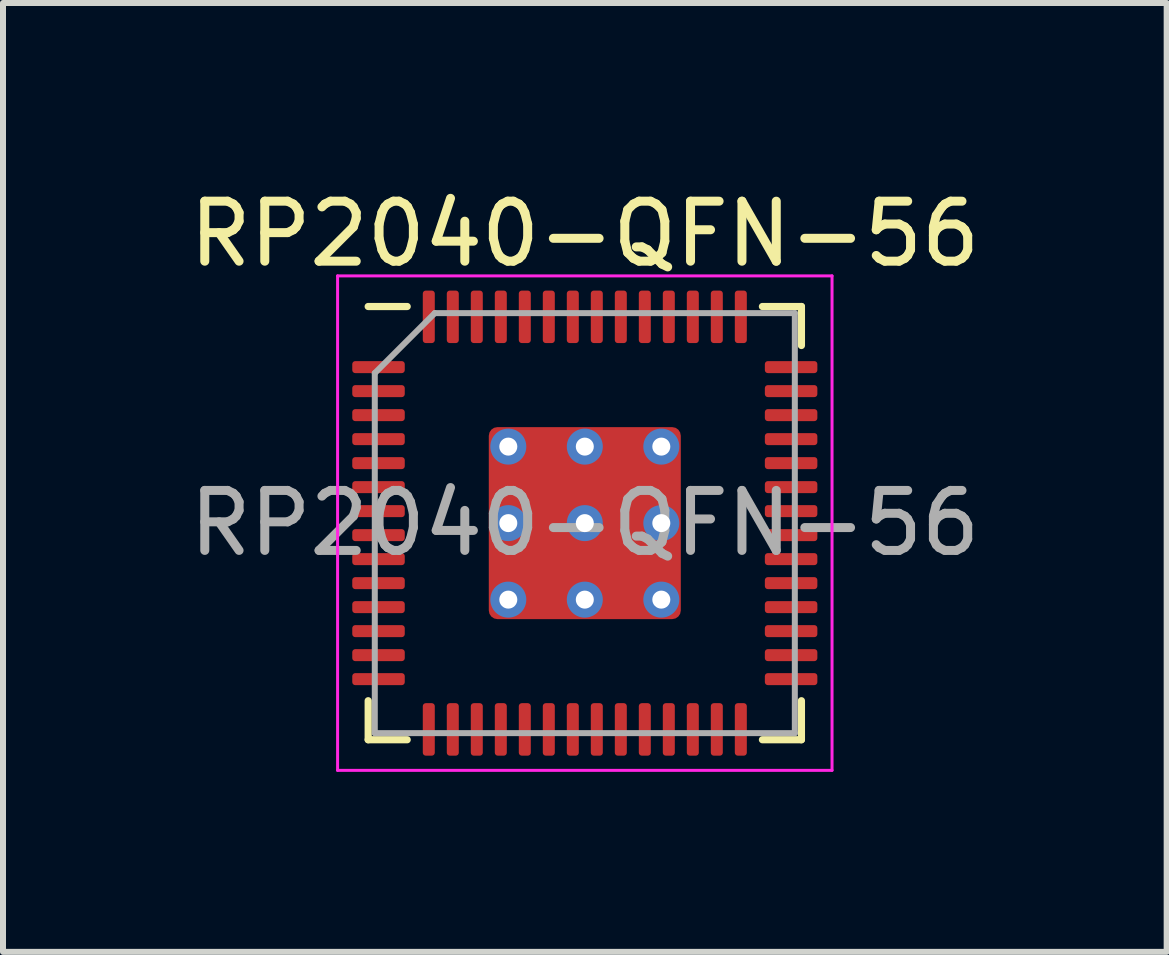
<source format=kicad_pcb>
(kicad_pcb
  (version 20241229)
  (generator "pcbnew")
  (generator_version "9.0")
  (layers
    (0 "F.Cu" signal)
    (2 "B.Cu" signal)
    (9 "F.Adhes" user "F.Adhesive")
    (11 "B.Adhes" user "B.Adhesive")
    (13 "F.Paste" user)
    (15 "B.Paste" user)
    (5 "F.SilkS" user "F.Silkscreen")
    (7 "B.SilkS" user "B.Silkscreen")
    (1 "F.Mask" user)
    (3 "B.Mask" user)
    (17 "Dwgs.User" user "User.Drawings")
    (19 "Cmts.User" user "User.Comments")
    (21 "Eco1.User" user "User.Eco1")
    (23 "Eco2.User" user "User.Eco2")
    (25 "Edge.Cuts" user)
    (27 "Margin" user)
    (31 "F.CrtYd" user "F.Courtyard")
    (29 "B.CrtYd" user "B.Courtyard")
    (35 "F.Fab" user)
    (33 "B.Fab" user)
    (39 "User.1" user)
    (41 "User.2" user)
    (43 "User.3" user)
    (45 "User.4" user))
  (footprint "RP2040-QFN-56"
    (layer "F.Cu")
    (at 6.696 5.668)
    (property "Reference" "RP2040-QFN-56" (at 0 -4.82 0) (layer "F.SilkS") (effects (font (size 1 1) (thickness 0.15))))
    (attr smd)
    (fp_line (start -3.61 3.61) (end -3.61 2.96) (stroke (width 0.12) (type solid)) (layer "F.SilkS"))
    (fp_line (start -2.96 -3.61) (end -3.61 -3.61) (stroke (width 0.12) (type solid)) (layer "F.SilkS"))
    (fp_line (start -2.96 3.61) (end -3.61 3.61) (stroke (width 0.12) (type solid)) (layer "F.SilkS"))
    (fp_line (start 2.96 -3.61) (end 3.61 -3.61) (stroke (width 0.12) (type solid)) (layer "F.SilkS"))
    (fp_line (start 2.96 3.61) (end 3.61 3.61) (stroke (width 0.12) (type solid)) (layer "F.SilkS"))
    (fp_line (start 3.61 -3.61) (end 3.61 -2.96) (stroke (width 0.12) (type solid)) (layer "F.SilkS"))
    (fp_line (start 3.61 3.61) (end 3.61 2.96) (stroke (width 0.12) (type solid)) (layer "F.SilkS"))
    (fp_line (start -4.12 -4.12) (end -4.12 4.12) (stroke (width 0.05) (type solid)) (layer "F.CrtYd"))
    (fp_line (start -4.12 4.12) (end 4.12 4.12) (stroke (width 0.05) (type solid)) (layer "F.CrtYd"))
    (fp_line (start 4.12 -4.12) (end -4.12 -4.12) (stroke (width 0.05) (type solid)) (layer "F.CrtYd"))
    (fp_line (start 4.12 4.12) (end 4.12 -4.12) (stroke (width 0.05) (type solid)) (layer "F.CrtYd"))
    (fp_line (start -3.5 -2.5) (end -2.5 -3.5) (stroke (width 0.1) (type solid)) (layer "F.Fab"))
    (fp_line (start -3.5 3.5) (end -3.5 -2.5) (stroke (width 0.1) (type solid)) (layer "F.Fab"))
    (fp_line (start -2.5 -3.5) (end 3.5 -3.5) (stroke (width 0.1) (type solid)) (layer "F.Fab"))
    (fp_line (start 3.5 -3.5) (end 3.5 3.5) (stroke (width 0.1) (type solid)) (layer "F.Fab"))
    (fp_line (start 3.5 3.5) (end -3.5 3.5) (stroke (width 0.1) (type solid)) (layer "F.Fab"))
    (fp_text user "${REFERENCE}" (at 0 0 0) (layer "F.Fab") (effects (font (size 1 1) (thickness 0.15))))
    (pad "" smd roundrect (at -0.637 -0.637) (size 1.084 1.084) (layers "F.Paste") (roundrect_rratio 0.231))
    (pad "" smd roundrect (at -0.637 0.637) (size 1.084 1.084) (layers "F.Paste") (roundrect_rratio 0.231))
    (pad "" smd roundrect (at 0.637 -0.637) (size 1.084 1.084) (layers "F.Paste") (roundrect_rratio 0.231))
    (pad "" smd roundrect (at 0.637 0.637) (size 1.084 1.084) (layers "F.Paste") (roundrect_rratio 0.231))
    (pad "1" smd roundrect (at -3.438 -2.6) (size 0.875 0.2) (layers "F.Cu" "F.Mask" "F.Paste") (roundrect_rratio 0.25))
    (pad "2" smd roundrect (at -3.438 -2.2) (size 0.875 0.2) (layers "F.Cu" "F.Mask" "F.Paste") (roundrect_rratio 0.25))
    (pad "3" smd roundrect (at -3.438 -1.8) (size 0.875 0.2) (layers "F.Cu" "F.Mask" "F.Paste") (roundrect_rratio 0.25))
    (pad "4" smd roundrect (at -3.438 -1.4) (size 0.875 0.2) (layers "F.Cu" "F.Mask" "F.Paste") (roundrect_rratio 0.25))
    (pad "5" smd roundrect (at -3.438 -1) (size 0.875 0.2) (layers "F.Cu" "F.Mask" "F.Paste") (roundrect_rratio 0.25))
    (pad "6" smd roundrect (at -3.438 -0.6) (size 0.875 0.2) (layers "F.Cu" "F.Mask" "F.Paste") (roundrect_rratio 0.25))
    (pad "7" smd roundrect (at -3.438 -0.2) (size 0.875 0.2) (layers "F.Cu" "F.Mask" "F.Paste") (roundrect_rratio 0.25))
    (pad "8" smd roundrect (at -3.438 0.2) (size 0.875 0.2) (layers "F.Cu" "F.Mask" "F.Paste") (roundrect_rratio 0.25))
    (pad "9" smd roundrect (at -3.438 0.6) (size 0.875 0.2) (layers "F.Cu" "F.Mask" "F.Paste") (roundrect_rratio 0.25))
    (pad "10" smd roundrect (at -3.438 1) (size 0.875 0.2) (layers "F.Cu" "F.Mask" "F.Paste") (roundrect_rratio 0.25))
    (pad "11" smd roundrect (at -3.438 1.4) (size 0.875 0.2) (layers "F.Cu" "F.Mask" "F.Paste") (roundrect_rratio 0.25))
    (pad "12" smd roundrect (at -3.438 1.8) (size 0.875 0.2) (layers "F.Cu" "F.Mask" "F.Paste") (roundrect_rratio 0.25))
    (pad "13" smd roundrect (at -3.438 2.2) (size 0.875 0.2) (layers "F.Cu" "F.Mask" "F.Paste") (roundrect_rratio 0.25))
    (pad "14" smd roundrect (at -3.438 2.6) (size 0.875 0.2) (layers "F.Cu" "F.Mask" "F.Paste") (roundrect_rratio 0.25))
    (pad "15" smd roundrect (at -2.6 3.438) (size 0.2 0.875) (layers "F.Cu" "F.Mask" "F.Paste") (roundrect_rratio 0.25))
    (pad "16" smd roundrect (at -2.2 3.438) (size 0.2 0.875) (layers "F.Cu" "F.Mask" "F.Paste") (roundrect_rratio 0.25))
    (pad "17" smd roundrect (at -1.8 3.438) (size 0.2 0.875) (layers "F.Cu" "F.Mask" "F.Paste") (roundrect_rratio 0.25))
    (pad "18" smd roundrect (at -1.4 3.438) (size 0.2 0.875) (layers "F.Cu" "F.Mask" "F.Paste") (roundrect_rratio 0.25))
    (pad "19" smd roundrect (at -1 3.438) (size 0.2 0.875) (layers "F.Cu" "F.Mask" "F.Paste") (roundrect_rratio 0.25))
    (pad "20" smd roundrect (at -0.6 3.438) (size 0.2 0.875) (layers "F.Cu" "F.Mask" "F.Paste") (roundrect_rratio 0.25))
    (pad "21" smd roundrect (at -0.2 3.438) (size 0.2 0.875) (layers "F.Cu" "F.Mask" "F.Paste") (roundrect_rratio 0.25))
    (pad "22" smd roundrect (at 0.2 3.438) (size 0.2 0.875) (layers "F.Cu" "F.Mask" "F.Paste") (roundrect_rratio 0.25))
    (pad "23" smd roundrect (at 0.6 3.438) (size 0.2 0.875) (layers "F.Cu" "F.Mask" "F.Paste") (roundrect_rratio 0.25))
    (pad "24" smd roundrect (at 1 3.438) (size 0.2 0.875) (layers "F.Cu" "F.Mask" "F.Paste") (roundrect_rratio 0.25))
    (pad "25" smd roundrect (at 1.4 3.438) (size 0.2 0.875) (layers "F.Cu" "F.Mask" "F.Paste") (roundrect_rratio 0.25))
    (pad "26" smd roundrect (at 1.8 3.438) (size 0.2 0.875) (layers "F.Cu" "F.Mask" "F.Paste") (roundrect_rratio 0.25))
    (pad "27" smd roundrect (at 2.2 3.438) (size 0.2 0.875) (layers "F.Cu" "F.Mask" "F.Paste") (roundrect_rratio 0.25))
    (pad "28" smd roundrect (at 2.6 3.438) (size 0.2 0.875) (layers "F.Cu" "F.Mask" "F.Paste") (roundrect_rratio 0.25))
    (pad "29" smd roundrect (at 3.438 2.6) (size 0.875 0.2) (layers "F.Cu" "F.Mask" "F.Paste") (roundrect_rratio 0.25))
    (pad "30" smd roundrect (at 3.438 2.2) (size 0.875 0.2) (layers "F.Cu" "F.Mask" "F.Paste") (roundrect_rratio 0.25))
    (pad "31" smd roundrect (at 3.438 1.8) (size 0.875 0.2) (layers "F.Cu" "F.Mask" "F.Paste") (roundrect_rratio 0.25))
    (pad "32" smd roundrect (at 3.438 1.4) (size 0.875 0.2) (layers "F.Cu" "F.Mask" "F.Paste") (roundrect_rratio 0.25))
    (pad "33" smd roundrect (at 3.438 1) (size 0.875 0.2) (layers "F.Cu" "F.Mask" "F.Paste") (roundrect_rratio 0.25))
    (pad "34" smd roundrect (at 3.438 0.6) (size 0.875 0.2) (layers "F.Cu" "F.Mask" "F.Paste") (roundrect_rratio 0.25))
    (pad "35" smd roundrect (at 3.438 0.2) (size 0.875 0.2) (layers "F.Cu" "F.Mask" "F.Paste") (roundrect_rratio 0.25))
    (pad "36" smd roundrect (at 3.438 -0.2) (size 0.875 0.2) (layers "F.Cu" "F.Mask" "F.Paste") (roundrect_rratio 0.25))
    (pad "37" smd roundrect (at 3.438 -0.6) (size 0.875 0.2) (layers "F.Cu" "F.Mask" "F.Paste") (roundrect_rratio 0.25))
    (pad "38" smd roundrect (at 3.438 -1) (size 0.875 0.2) (layers "F.Cu" "F.Mask" "F.Paste") (roundrect_rratio 0.25))
    (pad "39" smd roundrect (at 3.438 -1.4) (size 0.875 0.2) (layers "F.Cu" "F.Mask" "F.Paste") (roundrect_rratio 0.25))
    (pad "40" smd roundrect (at 3.438 -1.8) (size 0.875 0.2) (layers "F.Cu" "F.Mask" "F.Paste") (roundrect_rratio 0.25))
    (pad "41" smd roundrect (at 3.438 -2.2) (size 0.875 0.2) (layers "F.Cu" "F.Mask" "F.Paste") (roundrect_rratio 0.25))
    (pad "42" smd roundrect (at 3.438 -2.6) (size 0.875 0.2) (layers "F.Cu" "F.Mask" "F.Paste") (roundrect_rratio 0.25))
    (pad "43" smd roundrect (at 2.6 -3.438) (size 0.2 0.875) (layers "F.Cu" "F.Mask" "F.Paste") (roundrect_rratio 0.25))
    (pad "44" smd roundrect (at 2.2 -3.438) (size 0.2 0.875) (layers "F.Cu" "F.Mask" "F.Paste") (roundrect_rratio 0.25))
    (pad "45" smd roundrect (at 1.8 -3.438) (size 0.2 0.875) (layers "F.Cu" "F.Mask" "F.Paste") (roundrect_rratio 0.25))
    (pad "46" smd roundrect (at 1.4 -3.438) (size 0.2 0.875) (layers "F.Cu" "F.Mask" "F.Paste") (roundrect_rratio 0.25))
    (pad "47" smd roundrect (at 1 -3.438) (size 0.2 0.875) (layers "F.Cu" "F.Mask" "F.Paste") (roundrect_rratio 0.25))
    (pad "48" smd roundrect (at 0.6 -3.438) (size 0.2 0.875) (layers "F.Cu" "F.Mask" "F.Paste") (roundrect_rratio 0.25))
    (pad "49" smd roundrect (at 0.2 -3.438) (size 0.2 0.875) (layers "F.Cu" "F.Mask" "F.Paste") (roundrect_rratio 0.25))
    (pad "50" smd roundrect (at -0.2 -3.438) (size 0.2 0.875) (layers "F.Cu" "F.Mask" "F.Paste") (roundrect_rratio 0.25))
    (pad "51" smd roundrect (at -0.6 -3.438) (size 0.2 0.875) (layers "F.Cu" "F.Mask" "F.Paste") (roundrect_rratio 0.25))
    (pad "52" smd roundrect (at -1 -3.438) (size 0.2 0.875) (layers "F.Cu" "F.Mask" "F.Paste") (roundrect_rratio 0.25))
    (pad "53" smd roundrect (at -1.4 -3.438) (size 0.2 0.875) (layers "F.Cu" "F.Mask" "F.Paste") (roundrect_rratio 0.25))
    (pad "54" smd roundrect (at -1.8 -3.438) (size 0.2 0.875) (layers "F.Cu" "F.Mask" "F.Paste") (roundrect_rratio 0.25))
    (pad "55" smd roundrect (at -2.2 -3.438) (size 0.2 0.875) (layers "F.Cu" "F.Mask" "F.Paste") (roundrect_rratio 0.25))
    (pad "56" smd roundrect (at -2.6 -3.438) (size 0.2 0.875) (layers "F.Cu" "F.Mask" "F.Paste") (roundrect_rratio 0.25))
    (pad "57" thru_hole circle (at -1.275 -1.275) (size 0.6 0.6) (drill 0.3) (layers "*.Cu"))
    (pad "57" thru_hole circle (at -1.275 0) (size 0.6 0.6) (drill 0.3) (layers "*.Cu"))
    (pad "57" thru_hole circle (at -1.275 1.275) (size 0.6 0.6) (drill 0.3) (layers "*.Cu"))
    (pad "57" thru_hole circle (at 0 -1.275) (size 0.6 0.6) (drill 0.3) (layers "*.Cu"))
    (pad "57" thru_hole circle (at 0 0) (size 0.6 0.6) (drill 0.3) (layers "*.Cu"))
    (pad "57" smd roundrect (at 0 0) (size 3.2 3.2) (layers "F.Cu" "F.Mask") (roundrect_rratio 0.045))
    (pad "57" thru_hole circle (at 0 1.275) (size 0.6 0.6) (drill 0.3) (layers "*.Cu"))
    (pad "57" thru_hole circle (at 1.275 -1.275) (size 0.6 0.6) (drill 0.3) (layers "*.Cu"))
    (pad "57" thru_hole circle (at 1.275 0) (size 0.6 0.6) (drill 0.3) (layers "*.Cu"))
    (pad "57" thru_hole circle (at 1.275 1.275) (size 0.6 0.6) (drill 0.3) (layers "*.Cu")))
  (gr_rect
    (start -3 -3)
    (end 16.393 12.813)
    (stroke (width 0.1) (type default))
    (fill no)
    (layer "Edge.Cuts")))
</source>
